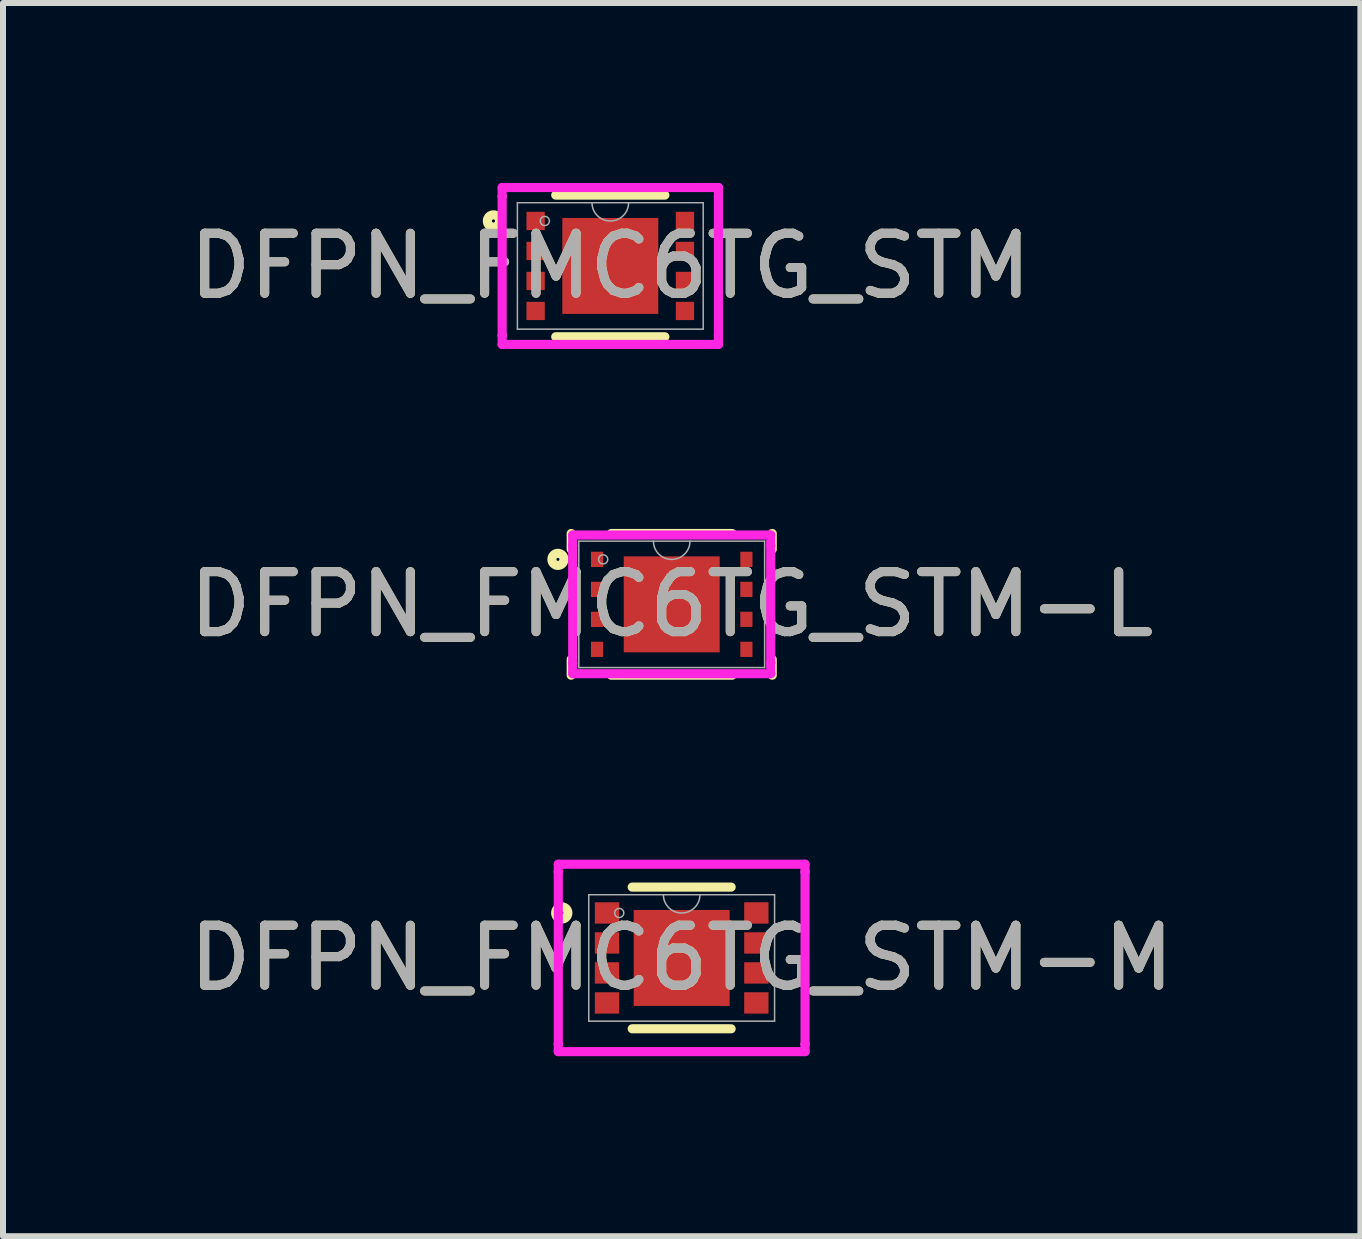
<source format=kicad_pcb>
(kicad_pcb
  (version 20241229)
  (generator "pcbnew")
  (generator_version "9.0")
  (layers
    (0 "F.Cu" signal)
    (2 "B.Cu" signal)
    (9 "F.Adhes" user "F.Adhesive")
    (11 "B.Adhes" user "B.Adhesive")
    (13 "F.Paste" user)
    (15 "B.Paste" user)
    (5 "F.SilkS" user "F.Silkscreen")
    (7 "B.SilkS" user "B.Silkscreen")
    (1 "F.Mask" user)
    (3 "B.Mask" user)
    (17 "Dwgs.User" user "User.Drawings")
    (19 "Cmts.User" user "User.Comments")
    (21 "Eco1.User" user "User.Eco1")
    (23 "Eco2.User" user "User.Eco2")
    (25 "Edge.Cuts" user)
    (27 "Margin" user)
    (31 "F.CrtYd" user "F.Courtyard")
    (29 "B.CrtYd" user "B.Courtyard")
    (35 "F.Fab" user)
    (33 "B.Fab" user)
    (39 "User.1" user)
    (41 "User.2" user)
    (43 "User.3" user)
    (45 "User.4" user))
  (footprint "DFPN_FMC6TG_STM-L"
    (layer "F.Cu")
    (at 8.149 7.026)
    (property "Reference" "DFPN_FMC6TG_STM-L" (at 0 0 0) (unlocked yes) (layer "F.SilkS") (effects (font (size 1 1) (thickness 0.15))))
    (attr smd)
    (fp_line (start -1.676 -1.181) (end -1.676 -0.918) (stroke (width 0.152) (type solid)) (layer "F.SilkS"))
    (fp_line (start -1.676 0.918) (end -1.676 1.181) (stroke (width 0.152) (type solid)) (layer "F.SilkS"))
    (fp_line (start -1.008 1.181) (end 1.008 1.181) (stroke (width 0.152) (type solid)) (layer "F.SilkS"))
    (fp_line (start 1.008 -1.181) (end -1.008 -1.181) (stroke (width 0.152) (type solid)) (layer "F.SilkS"))
    (fp_line (start 1.676 -0.918) (end 1.676 -1.181) (stroke (width 0.152) (type solid)) (layer "F.SilkS"))
    (fp_line (start 1.676 1.181) (end 1.676 0.918) (stroke (width 0.152) (type solid)) (layer "F.SilkS"))
    (fp_circle (center -1.897 -0.75) (end -1.796 -0.75) (stroke (width 0.152) (type solid)) (fill no) (layer "F.SilkS"))
    (fp_line (start -1.651 -1.156) (end 1.651 -1.156) (stroke (width 0.152) (type solid)) (layer "F.CrtYd"))
    (fp_line (start -1.651 -0.979) (end -1.651 -1.156) (stroke (width 0.152) (type solid)) (layer "F.CrtYd"))
    (fp_line (start -1.651 -0.979) (end -1.651 -0.979) (stroke (width 0.152) (type solid)) (layer "F.CrtYd"))
    (fp_line (start -1.651 0.979) (end -1.651 -0.979) (stroke (width 0.152) (type solid)) (layer "F.CrtYd"))
    (fp_line (start -1.651 0.979) (end -1.651 0.979) (stroke (width 0.152) (type solid)) (layer "F.CrtYd"))
    (fp_line (start -1.651 1.156) (end -1.651 0.979) (stroke (width 0.152) (type solid)) (layer "F.CrtYd"))
    (fp_line (start 1.651 -1.156) (end 1.651 -0.979) (stroke (width 0.152) (type solid)) (layer "F.CrtYd"))
    (fp_line (start 1.651 -0.979) (end 1.651 -0.979) (stroke (width 0.152) (type solid)) (layer "F.CrtYd"))
    (fp_line (start 1.651 -0.979) (end 1.651 0.979) (stroke (width 0.152) (type solid)) (layer "F.CrtYd"))
    (fp_line (start 1.651 0.979) (end 1.651 0.979) (stroke (width 0.152) (type solid)) (layer "F.CrtYd"))
    (fp_line (start 1.651 0.979) (end 1.651 1.156) (stroke (width 0.152) (type solid)) (layer "F.CrtYd"))
    (fp_line (start 1.651 1.156) (end -1.651 1.156) (stroke (width 0.152) (type solid)) (layer "F.CrtYd"))
    (fp_line (start -1.549 -1.054) (end -1.549 1.054) (stroke (width 0.025) (type solid)) (layer "F.Fab"))
    (fp_line (start -1.549 1.054) (end 1.549 1.054) (stroke (width 0.025) (type solid)) (layer "F.Fab"))
    (fp_line (start 1.549 -1.054) (end -1.549 -1.054) (stroke (width 0.025) (type solid)) (layer "F.Fab"))
    (fp_line (start 1.549 1.054) (end 1.549 -1.054) (stroke (width 0.025) (type solid)) (layer "F.Fab"))
    (fp_arc (start 0.3048 -1.0541) (mid 0 -0.7493) (end -0.3048 -1.0541) (stroke (width 0.0254) (type solid)) (layer "F.Fab"))
    (fp_circle (center -1.143 -0.75) (end -1.067 -0.75) (stroke (width 0.025) (type solid)) (fill no) (layer "F.Fab"))
    (fp_text user "${REFERENCE}" (at 0 0 0) (unlocked yes) (layer "F.Fab") (effects (font (size 1 1) (thickness 0.15))))
    (pad "1" smd rect (at -1.245 -0.75) (size 0.203 0.254) (layers "F.Cu" "F.Mask" "F.Paste"))
    (pad "2" smd rect (at -1.245 -0.25) (size 0.203 0.254) (layers "F.Cu" "F.Mask" "F.Paste"))
    (pad "3" smd rect (at -1.245 0.25) (size 0.203 0.254) (layers "F.Cu" "F.Mask" "F.Paste"))
    (pad "4" smd rect (at -1.245 0.75) (size 0.203 0.254) (layers "F.Cu" "F.Mask" "F.Paste"))
    (pad "5" smd rect (at 1.245 0.75) (size 0.203 0.254) (layers "F.Cu" "F.Mask" "F.Paste"))
    (pad "6" smd rect (at 1.245 0.25) (size 0.203 0.254) (layers "F.Cu" "F.Mask" "F.Paste"))
    (pad "7" smd rect (at 1.245 -0.25) (size 0.203 0.254) (layers "F.Cu" "F.Mask" "F.Paste"))
    (pad "8" smd rect (at 1.245 -0.75) (size 0.203 0.254) (layers "F.Cu" "F.Mask" "F.Paste"))
    (pad "9" smd rect (at 0 0) (size 1.6 1.6) (layers "F.Cu" "F.Mask" "F.Paste")))
  (footprint "DFPN_FMC6TG_STM-M"
    (layer "F.Cu")
    (at 8.315 12.921)
    (property "Reference" "DFPN_FMC6TG_STM-M" (at 0 0 0) (unlocked yes) (layer "F.SilkS") (effects (font (size 1 1) (thickness 0.15))))
    (attr smd)
    (fp_line (start -0.825 1.181) (end 0.825 1.181) (stroke (width 0.152) (type solid)) (layer "F.SilkS"))
    (fp_line (start 0.825 -1.181) (end -0.825 -1.181) (stroke (width 0.152) (type solid)) (layer "F.SilkS"))
    (fp_circle (center -1.999 -0.75) (end -1.897 -0.75) (stroke (width 0.152) (type solid)) (fill no) (layer "F.SilkS"))
    (fp_line (start -2.057 -1.562) (end 2.057 -1.562) (stroke (width 0.152) (type solid)) (layer "F.CrtYd"))
    (fp_line (start -2.057 -1.436) (end -2.057 -1.562) (stroke (width 0.152) (type solid)) (layer "F.CrtYd"))
    (fp_line (start -2.057 -1.436) (end -2.057 -1.436) (stroke (width 0.152) (type solid)) (layer "F.CrtYd"))
    (fp_line (start -2.057 1.436) (end -2.057 -1.436) (stroke (width 0.152) (type solid)) (layer "F.CrtYd"))
    (fp_line (start -2.057 1.436) (end -2.057 1.436) (stroke (width 0.152) (type solid)) (layer "F.CrtYd"))
    (fp_line (start -2.057 1.562) (end -2.057 1.436) (stroke (width 0.152) (type solid)) (layer "F.CrtYd"))
    (fp_line (start 2.057 -1.562) (end 2.057 -1.436) (stroke (width 0.152) (type solid)) (layer "F.CrtYd"))
    (fp_line (start 2.057 -1.436) (end 2.057 -1.436) (stroke (width 0.152) (type solid)) (layer "F.CrtYd"))
    (fp_line (start 2.057 -1.436) (end 2.057 1.436) (stroke (width 0.152) (type solid)) (layer "F.CrtYd"))
    (fp_line (start 2.057 1.436) (end 2.057 1.436) (stroke (width 0.152) (type solid)) (layer "F.CrtYd"))
    (fp_line (start 2.057 1.436) (end 2.057 1.562) (stroke (width 0.152) (type solid)) (layer "F.CrtYd"))
    (fp_line (start 2.057 1.562) (end -2.057 1.562) (stroke (width 0.152) (type solid)) (layer "F.CrtYd"))
    (fp_line (start -1.549 -1.054) (end -1.549 1.054) (stroke (width 0.025) (type solid)) (layer "F.Fab"))
    (fp_line (start -1.549 1.054) (end 1.549 1.054) (stroke (width 0.025) (type solid)) (layer "F.Fab"))
    (fp_line (start 1.549 -1.054) (end -1.549 -1.054) (stroke (width 0.025) (type solid)) (layer "F.Fab"))
    (fp_line (start 1.549 1.054) (end 1.549 -1.054) (stroke (width 0.025) (type solid)) (layer "F.Fab"))
    (fp_arc (start 0.3048 -1.0541) (mid 0 -0.7493) (end -0.3048 -1.0541) (stroke (width 0.0254) (type solid)) (layer "F.Fab"))
    (fp_circle (center -1.041 -0.75) (end -0.965 -0.75) (stroke (width 0.025) (type solid)) (fill no) (layer "F.Fab"))
    (fp_text user "${REFERENCE}" (at 0 0 0) (unlocked yes) (layer "F.Fab") (effects (font (size 1 1) (thickness 0.15))))
    (pad "1" smd rect (at -1.245 -0.75) (size 0.406 0.356) (layers "F.Cu" "F.Mask" "F.Paste"))
    (pad "2" smd rect (at -1.245 -0.25) (size 0.406 0.356) (layers "F.Cu" "F.Mask" "F.Paste"))
    (pad "3" smd rect (at -1.245 0.25) (size 0.406 0.356) (layers "F.Cu" "F.Mask" "F.Paste"))
    (pad "4" smd rect (at -1.245 0.75) (size 0.406 0.356) (layers "F.Cu" "F.Mask" "F.Paste"))
    (pad "5" smd rect (at 1.245 0.75) (size 0.406 0.356) (layers "F.Cu" "F.Mask" "F.Paste"))
    (pad "6" smd rect (at 1.245 0.25) (size 0.406 0.356) (layers "F.Cu" "F.Mask" "F.Paste"))
    (pad "7" smd rect (at 1.245 -0.25) (size 0.406 0.356) (layers "F.Cu" "F.Mask" "F.Paste"))
    (pad "8" smd rect (at 1.245 -0.75) (size 0.406 0.356) (layers "F.Cu" "F.Mask" "F.Paste"))
    (pad "9" smd rect (at 0 0) (size 1.6 1.6) (layers "F.Cu" "F.Mask" "F.Paste")))
  (footprint "DFPN_FMC6TG_STM"
    (layer "F.Cu")
    (at 7.125 1.384)
    (property "Reference" "DFPN_FMC6TG_STM" (at 0 0 0) (unlocked yes) (layer "F.SilkS") (effects (font (size 1 1) (thickness 0.15))))
    (attr smd)
    (fp_line (start -0.91 1.181) (end 0.91 1.181) (stroke (width 0.152) (type solid)) (layer "F.SilkS"))
    (fp_line (start 0.91 -1.181) (end -0.91 -1.181) (stroke (width 0.152) (type solid)) (layer "F.SilkS"))
    (fp_circle (center -1.948 -0.75) (end -1.846 -0.75) (stroke (width 0.152) (type solid)) (fill no) (layer "F.SilkS"))
    (fp_line (start -1.803 -1.308) (end 1.803 -1.308) (stroke (width 0.152) (type solid)) (layer "F.CrtYd"))
    (fp_line (start -1.803 -1.157) (end -1.803 -1.308) (stroke (width 0.152) (type solid)) (layer "F.CrtYd"))
    (fp_line (start -1.803 -1.157) (end -1.803 -1.157) (stroke (width 0.152) (type solid)) (layer "F.CrtYd"))
    (fp_line (start -1.803 1.157) (end -1.803 -1.157) (stroke (width 0.152) (type solid)) (layer "F.CrtYd"))
    (fp_line (start -1.803 1.157) (end -1.803 1.157) (stroke (width 0.152) (type solid)) (layer "F.CrtYd"))
    (fp_line (start -1.803 1.308) (end -1.803 1.157) (stroke (width 0.152) (type solid)) (layer "F.CrtYd"))
    (fp_line (start 1.803 -1.308) (end 1.803 -1.157) (stroke (width 0.152) (type solid)) (layer "F.CrtYd"))
    (fp_line (start 1.803 -1.157) (end 1.803 -1.157) (stroke (width 0.152) (type solid)) (layer "F.CrtYd"))
    (fp_line (start 1.803 -1.157) (end 1.803 1.157) (stroke (width 0.152) (type solid)) (layer "F.CrtYd"))
    (fp_line (start 1.803 1.157) (end 1.803 1.157) (stroke (width 0.152) (type solid)) (layer "F.CrtYd"))
    (fp_line (start 1.803 1.157) (end 1.803 1.308) (stroke (width 0.152) (type solid)) (layer "F.CrtYd"))
    (fp_line (start 1.803 1.308) (end -1.803 1.308) (stroke (width 0.152) (type solid)) (layer "F.CrtYd"))
    (fp_line (start -1.549 -1.054) (end -1.549 1.054) (stroke (width 0.025) (type solid)) (layer "F.Fab"))
    (fp_line (start -1.549 1.054) (end 1.549 1.054) (stroke (width 0.025) (type solid)) (layer "F.Fab"))
    (fp_line (start 1.549 -1.054) (end -1.549 -1.054) (stroke (width 0.025) (type solid)) (layer "F.Fab"))
    (fp_line (start 1.549 1.054) (end 1.549 -1.054) (stroke (width 0.025) (type solid)) (layer "F.Fab"))
    (fp_arc (start 0.3048 -1.0541) (mid 0 -0.7493) (end -0.3048 -1.0541) (stroke (width 0.0254) (type solid)) (layer "F.Fab"))
    (fp_circle (center -1.092 -0.75) (end -1.016 -0.75) (stroke (width 0.025) (type solid)) (fill no) (layer "F.Fab"))
    (fp_text user "${REFERENCE}" (at 0 0 0) (unlocked yes) (layer "F.Fab") (effects (font (size 1 1) (thickness 0.15))))
    (pad "1" smd rect (at -1.245 -0.75) (size 0.305 0.305) (layers "F.Cu" "F.Mask" "F.Paste"))
    (pad "2" smd rect (at -1.245 -0.25) (size 0.305 0.305) (layers "F.Cu" "F.Mask" "F.Paste"))
    (pad "3" smd rect (at -1.245 0.25) (size 0.305 0.305) (layers "F.Cu" "F.Mask" "F.Paste"))
    (pad "4" smd rect (at -1.245 0.75) (size 0.305 0.305) (layers "F.Cu" "F.Mask" "F.Paste"))
    (pad "5" smd rect (at 1.245 0.75) (size 0.305 0.305) (layers "F.Cu" "F.Mask" "F.Paste"))
    (pad "6" smd rect (at 1.245 0.25) (size 0.305 0.305) (layers "F.Cu" "F.Mask" "F.Paste"))
    (pad "7" smd rect (at 1.245 -0.25) (size 0.305 0.305) (layers "F.Cu" "F.Mask" "F.Paste"))
    (pad "8" smd rect (at 1.245 -0.75) (size 0.305 0.305) (layers "F.Cu" "F.Mask" "F.Paste"))
    (pad "9" smd rect (at 0 0) (size 1.6 1.6) (layers "F.Cu" "F.Mask" "F.Paste")))
  (gr_rect
    (start -3 -3)
    (end 19.631 17.56)
    (stroke (width 0.1) (type default))
    (fill no)
    (layer "Edge.Cuts")))
</source>
